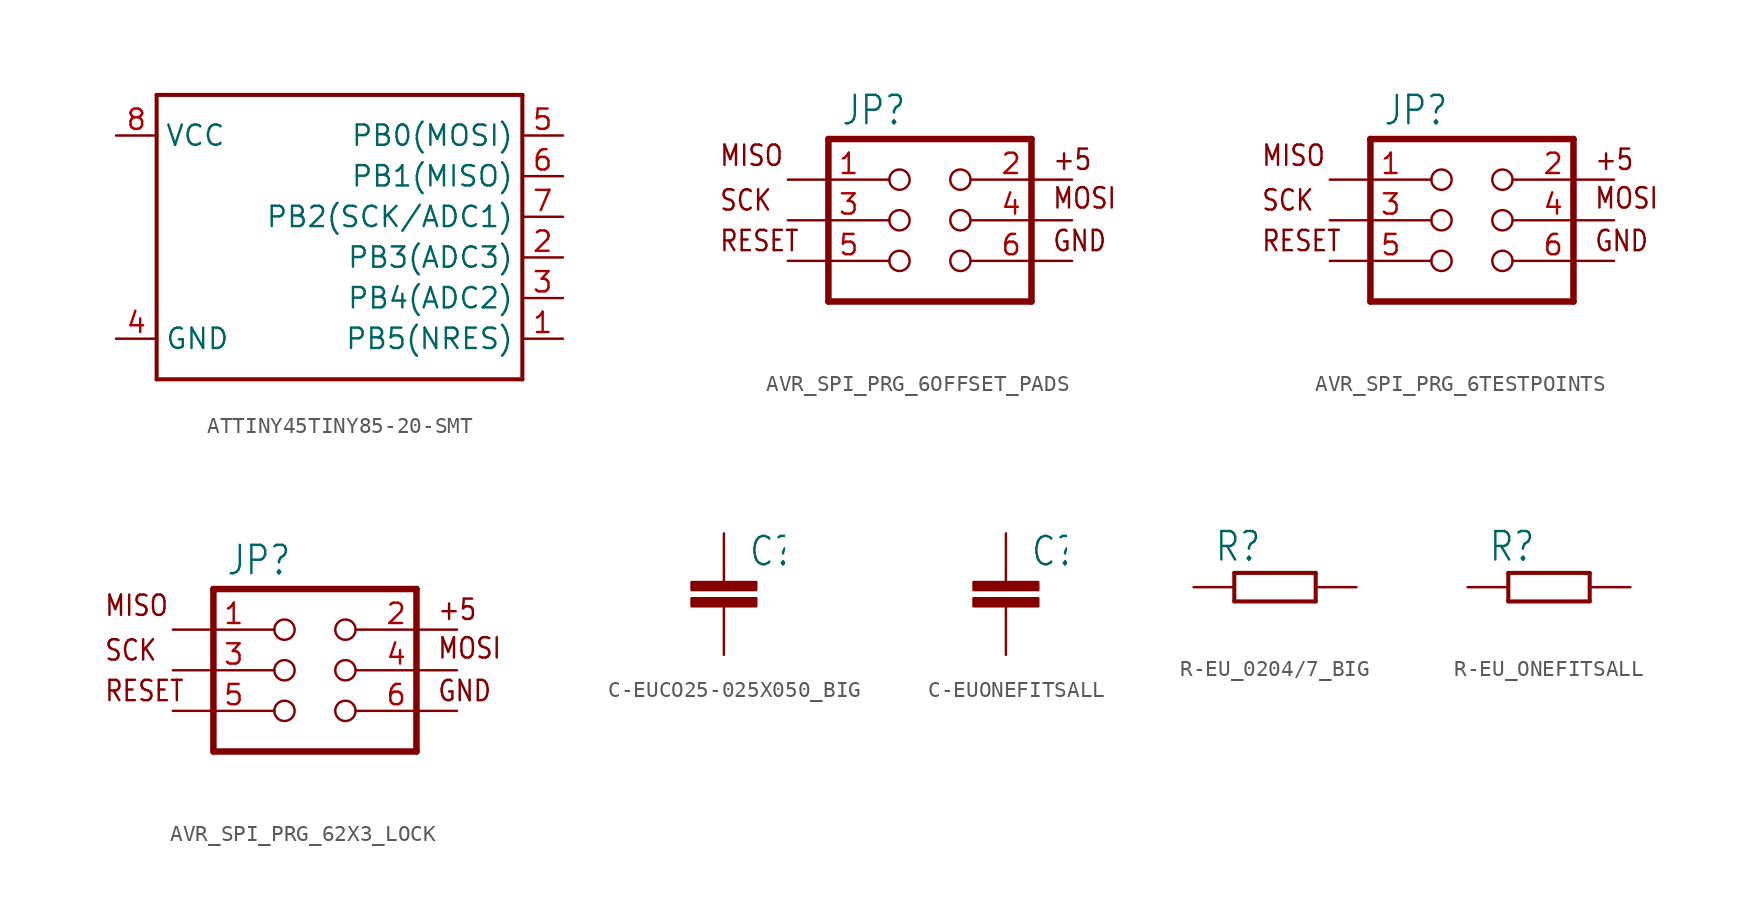
<source format=kicad_sym>
(kicad_symbol_lib
  (version 20231120)
  (generator "kicad_symbol_editor")
  (generator_version "8.0")
  (symbol "ATTINY45TINY85-20-SMT"
    (property "Reference" "U"
      (at -12.7 10.16 0)
      (effects (font (size 1.778 1.511)) (justify left bottom) (hide yes)))
    (property "ki_locked" ""
      (at 0 0 0)
      (effects (font (size 1.27 1.27))))
    (symbol "ATTINY45TINY85-20-SMT_1_0"
      (polyline (pts (xy -12.7 -7.62) (xy -12.7 10.16)) (stroke (width 0.254) (type solid)) (fill (type none)))
      (polyline (pts (xy -12.7 10.16) (xy 10.16 10.16)) (stroke (width 0.254) (type solid)) (fill (type none)))
      (polyline (pts (xy 10.16 -7.62) (xy -12.7 -7.62)) (stroke (width 0.254) (type solid)) (fill (type none)))
      (polyline (pts (xy 10.16 10.16) (xy 10.16 -7.62)) (stroke (width 0.254) (type solid)) (fill (type none)))
      (pin bidirectional line (at 12.7 -5.08 180) (length 2.54) (name "PB5(NRES)" (effects (font (size 1.27 1.27)))) (number "1" (effects (font (size 1.27 1.27)))))
      (pin bidirectional line (at 12.7 0 180) (length 2.54) (name "PB3(ADC3)" (effects (font (size 1.27 1.27)))) (number "2" (effects (font (size 1.27 1.27)))))
      (pin bidirectional line (at 12.7 -2.54 180) (length 2.54) (name "PB4(ADC2)" (effects (font (size 1.27 1.27)))) (number "3" (effects (font (size 1.27 1.27)))))
      (pin bidirectional line (at -15.24 -5.08 0) (length 2.54) (name "GND" (effects (font (size 1.27 1.27)))) (number "4" (effects (font (size 1.27 1.27)))))
      (pin bidirectional line (at 12.7 7.62 180) (length 2.54) (name "PB0(MOSI)" (effects (font (size 1.27 1.27)))) (number "5" (effects (font (size 1.27 1.27)))))
      (pin bidirectional line (at 12.7 5.08 180) (length 2.54) (name "PB1(MISO)" (effects (font (size 1.27 1.27)))) (number "6" (effects (font (size 1.27 1.27)))))
      (pin bidirectional line (at 12.7 2.54 180) (length 2.54) (name "PB2(SCK/ADC1)" (effects (font (size 1.27 1.27)))) (number "7" (effects (font (size 1.27 1.27)))))
      (pin bidirectional line (at -15.24 7.62 0) (length 2.54) (name "VCC" (effects (font (size 1.27 1.27)))) (number "8" (effects (font (size 1.27 1.27)))))))
  (symbol "AVR_SPI_PRG_6OFFSET_PADS"
    (property "Reference" "JP"
      (at -4.318 5.842 0)
      (effects (font (size 1.778 1.511)) (justify left bottom)))
    (property "Value" ""
      (at -4.064 -7.62 0)
      (effects (font (size 1.778 1.511)) (justify left bottom)))
    (property "ki_locked" ""
      (at 0 0 0)
      (effects (font (size 1.27 1.27))))
    (symbol "AVR_SPI_PRG_6OFFSET_PADS_1_0"
      (polyline (pts (xy -5.08 -5.08) (xy 7.62 -5.08)) (stroke (width 0.406) (type solid)) (fill (type none)))
      (polyline (pts (xy -5.08 5.08) (xy -5.08 -5.08)) (stroke (width 0.406) (type solid)) (fill (type none)))
      (polyline (pts (xy 7.62 -5.08) (xy 7.62 5.08)) (stroke (width 0.406) (type solid)) (fill (type none)))
      (polyline (pts (xy 7.62 5.08) (xy -5.08 5.08)) (stroke (width 0.406) (type solid)) (fill (type none)))
      (text "+5" (at 8.89 3.048 0) (effects (font (size 1.27 1.079)) (justify left bottom)))
      (text "GND" (at 8.89 -2.032 0) (effects (font (size 1.27 1.079)) (justify left bottom)))
      (text "MISO" (at -11.938 3.302 0) (effects (font (size 1.27 1.079)) (justify left bottom)))
      (text "MOSI" (at 8.89 0.635 0) (effects (font (size 1.27 1.079)) (justify left bottom)))
      (text "RESET" (at -11.938 -2.032 0) (effects (font (size 1.27 1.079)) (justify left bottom)))
      (text "SCK" (at -11.938 0.508 0) (effects (font (size 1.27 1.079)) (justify left bottom)))
      (pin passive inverted (at -7.62 2.54 0) (length 7.62) (name "1" (effects (font (size 0 0)))) (number "1" (effects (font (size 1.27 1.27)))))
      (pin passive inverted (at 10.16 2.54 180) (length 7.62) (name "2" (effects (font (size 0 0)))) (number "2" (effects (font (size 1.27 1.27)))))
      (pin passive inverted (at -7.62 0 0) (length 7.62) (name "3" (effects (font (size 0 0)))) (number "3" (effects (font (size 1.27 1.27)))))
      (pin passive inverted (at 10.16 0 180) (length 7.62) (name "4" (effects (font (size 0 0)))) (number "4" (effects (font (size 1.27 1.27)))))
      (pin passive inverted (at -7.62 -2.54 0) (length 7.62) (name "5" (effects (font (size 0 0)))) (number "5" (effects (font (size 1.27 1.27)))))
      (pin passive inverted (at 10.16 -2.54 180) (length 7.62) (name "6" (effects (font (size 0 0)))) (number "6" (effects (font (size 1.27 1.27)))))))
  (symbol "AVR_SPI_PRG_6TESTPOINTS"
    (property "Reference" "JP"
      (at -4.318 5.842 0)
      (effects (font (size 1.778 1.511)) (justify left bottom)))
    (property "Value" ""
      (at -4.064 -7.62 0)
      (effects (font (size 1.778 1.511)) (justify left bottom)))
    (property "ki_locked" ""
      (at 0 0 0)
      (effects (font (size 1.27 1.27))))
    (symbol "AVR_SPI_PRG_6TESTPOINTS_1_0"
      (polyline (pts (xy -5.08 -5.08) (xy 7.62 -5.08)) (stroke (width 0.406) (type solid)) (fill (type none)))
      (polyline (pts (xy -5.08 5.08) (xy -5.08 -5.08)) (stroke (width 0.406) (type solid)) (fill (type none)))
      (polyline (pts (xy 7.62 -5.08) (xy 7.62 5.08)) (stroke (width 0.406) (type solid)) (fill (type none)))
      (polyline (pts (xy 7.62 5.08) (xy -5.08 5.08)) (stroke (width 0.406) (type solid)) (fill (type none)))
      (text "+5" (at 8.89 3.048 0) (effects (font (size 1.27 1.079)) (justify left bottom)))
      (text "GND" (at 8.89 -2.032 0) (effects (font (size 1.27 1.079)) (justify left bottom)))
      (text "MISO" (at -11.938 3.302 0) (effects (font (size 1.27 1.079)) (justify left bottom)))
      (text "MOSI" (at 8.89 0.635 0) (effects (font (size 1.27 1.079)) (justify left bottom)))
      (text "RESET" (at -11.938 -2.032 0) (effects (font (size 1.27 1.079)) (justify left bottom)))
      (text "SCK" (at -11.938 0.508 0) (effects (font (size 1.27 1.079)) (justify left bottom)))
      (pin passive inverted (at -7.62 2.54 0) (length 7.62) (name "1" (effects (font (size 0 0)))) (number "1" (effects (font (size 1.27 1.27)))))
      (pin passive inverted (at 10.16 2.54 180) (length 7.62) (name "2" (effects (font (size 0 0)))) (number "2" (effects (font (size 1.27 1.27)))))
      (pin passive inverted (at -7.62 0 0) (length 7.62) (name "3" (effects (font (size 0 0)))) (number "3" (effects (font (size 1.27 1.27)))))
      (pin passive inverted (at 10.16 0 180) (length 7.62) (name "4" (effects (font (size 0 0)))) (number "4" (effects (font (size 1.27 1.27)))))
      (pin passive inverted (at -7.62 -2.54 0) (length 7.62) (name "5" (effects (font (size 0 0)))) (number "5" (effects (font (size 1.27 1.27)))))
      (pin passive inverted (at 10.16 -2.54 180) (length 7.62) (name "6" (effects (font (size 0 0)))) (number "6" (effects (font (size 1.27 1.27)))))))
  (symbol "AVR_SPI_PRG_62X3_LOCK"
    (property "Reference" "JP"
      (at -4.318 5.842 0)
      (effects (font (size 1.778 1.511)) (justify left bottom)))
    (property "Value" ""
      (at -4.064 -7.62 0)
      (effects (font (size 1.778 1.511)) (justify left bottom)))
    (property "ki_locked" ""
      (at 0 0 0)
      (effects (font (size 1.27 1.27))))
    (symbol "AVR_SPI_PRG_62X3_LOCK_1_0"
      (polyline (pts (xy -5.08 -5.08) (xy 7.62 -5.08)) (stroke (width 0.406) (type solid)) (fill (type none)))
      (polyline (pts (xy -5.08 5.08) (xy -5.08 -5.08)) (stroke (width 0.406) (type solid)) (fill (type none)))
      (polyline (pts (xy 7.62 -5.08) (xy 7.62 5.08)) (stroke (width 0.406) (type solid)) (fill (type none)))
      (polyline (pts (xy 7.62 5.08) (xy -5.08 5.08)) (stroke (width 0.406) (type solid)) (fill (type none)))
      (text "+5" (at 8.89 3.048 0) (effects (font (size 1.27 1.079)) (justify left bottom)))
      (text "GND" (at 8.89 -2.032 0) (effects (font (size 1.27 1.079)) (justify left bottom)))
      (text "MISO" (at -11.938 3.302 0) (effects (font (size 1.27 1.079)) (justify left bottom)))
      (text "MOSI" (at 8.89 0.635 0) (effects (font (size 1.27 1.079)) (justify left bottom)))
      (text "RESET" (at -11.938 -2.032 0) (effects (font (size 1.27 1.079)) (justify left bottom)))
      (text "SCK" (at -11.938 0.508 0) (effects (font (size 1.27 1.079)) (justify left bottom)))
      (pin passive inverted (at -7.62 2.54 0) (length 7.62) (name "1" (effects (font (size 0 0)))) (number "1" (effects (font (size 1.27 1.27)))))
      (pin passive inverted (at 10.16 2.54 180) (length 7.62) (name "2" (effects (font (size 0 0)))) (number "2" (effects (font (size 1.27 1.27)))))
      (pin passive inverted (at -7.62 0 0) (length 7.62) (name "3" (effects (font (size 0 0)))) (number "3" (effects (font (size 1.27 1.27)))))
      (pin passive inverted (at 10.16 0 180) (length 7.62) (name "4" (effects (font (size 0 0)))) (number "4" (effects (font (size 1.27 1.27)))))
      (pin passive inverted (at -7.62 -2.54 0) (length 7.62) (name "5" (effects (font (size 0 0)))) (number "5" (effects (font (size 1.27 1.27)))))
      (pin passive inverted (at 10.16 -2.54 180) (length 7.62) (name "6" (effects (font (size 0 0)))) (number "6" (effects (font (size 1.27 1.27)))))))
  (symbol "C-EUCO25-025X050_BIG"
    (property "Reference" "C"
      (at 1.524 0.381 0)
      (effects (font (size 1.778 1.511)) (justify left bottom)))
    (property "Value" ""
      (at 1.524 -4.699 0)
      (effects (font (size 1.778 1.511)) (justify left bottom)))
    (property "ki_locked" ""
      (at 0 0 0)
      (effects (font (size 1.27 1.27))))
    (symbol "C-EUCO25-025X050_BIG_1_0"
      (rectangle (start -2.032 -2.032) (end 2.032 -1.524) (stroke (width 0) (type default)) (fill (type outline)))
      (rectangle (start -2.032 -1.016) (end 2.032 -0.508) (stroke (width 0) (type default)) (fill (type outline)))
      (polyline (pts (xy 0 -2.54) (xy 0 -2.032)) (stroke (width 0.152) (type solid)) (fill (type none)))
      (polyline (pts (xy 0 0) (xy 0 -0.508)) (stroke (width 0.152) (type solid)) (fill (type none)))
      (pin passive line (at 0 2.54 270) (length 2.54) (name "1" (effects (font (size 0 0)))) (number "1" (effects (font (size 0 0)))))
      (pin passive line (at 0 -5.08 90) (length 2.54) (name "2" (effects (font (size 0 0)))) (number "2" (effects (font (size 0 0)))))))
  (symbol "C-EUONEFITSALL"
    (property "Reference" "C"
      (at 1.524 0.381 0)
      (effects (font (size 1.778 1.511)) (justify left bottom)))
    (property "Value" ""
      (at 1.524 -4.699 0)
      (effects (font (size 1.778 1.511)) (justify left bottom)))
    (property "ki_locked" ""
      (at 0 0 0)
      (effects (font (size 1.27 1.27))))
    (symbol "C-EUONEFITSALL_1_0"
      (rectangle (start -2.032 -2.032) (end 2.032 -1.524) (stroke (width 0) (type default)) (fill (type outline)))
      (rectangle (start -2.032 -1.016) (end 2.032 -0.508) (stroke (width 0) (type default)) (fill (type outline)))
      (polyline (pts (xy 0 -2.54) (xy 0 -2.032)) (stroke (width 0.152) (type solid)) (fill (type none)))
      (polyline (pts (xy 0 0) (xy 0 -0.508)) (stroke (width 0.152) (type solid)) (fill (type none)))
      (pin passive line (at 0 2.54 270) (length 2.54) (name "1" (effects (font (size 0 0)))) (number "P$1" (effects (font (size 0 0)))))
      (pin passive line (at 0 -5.08 90) (length 2.54) (name "2" (effects (font (size 0 0)))) (number "P$2" (effects (font (size 0 0)))))))
  (symbol "R-EU_0204/7_BIG"
    (property "Reference" "R"
      (at -3.81 1.499 0)
      (effects (font (size 1.778 1.511)) (justify left bottom)))
    (property "Value" ""
      (at -3.81 -3.302 0)
      (effects (font (size 1.778 1.511)) (justify left bottom)))
    (property "ki_locked" ""
      (at 0 0 0)
      (effects (font (size 1.27 1.27))))
    (symbol "R-EU_0204/7_BIG_1_0"
      (polyline (pts (xy -2.54 -0.889) (xy -2.54 0.889)) (stroke (width 0.254) (type solid)) (fill (type none)))
      (polyline (pts (xy -2.54 -0.889) (xy 2.54 -0.889)) (stroke (width 0.254) (type solid)) (fill (type none)))
      (polyline (pts (xy 2.54 -0.889) (xy 2.54 0.889)) (stroke (width 0.254) (type solid)) (fill (type none)))
      (polyline (pts (xy 2.54 0.889) (xy -2.54 0.889)) (stroke (width 0.254) (type solid)) (fill (type none)))
      (pin passive line (at -5.08 0 0) (length 2.54) (name "1" (effects (font (size 0 0)))) (number "1" (effects (font (size 0 0)))))
      (pin passive line (at 5.08 0 180) (length 2.54) (name "2" (effects (font (size 0 0)))) (number "2" (effects (font (size 0 0)))))))
  (symbol "R-EU_ONEFITSALL"
    (property "Reference" "R"
      (at -3.81 1.499 0)
      (effects (font (size 1.778 1.511)) (justify left bottom)))
    (property "Value" ""
      (at -3.81 -3.302 0)
      (effects (font (size 1.778 1.511)) (justify left bottom)))
    (property "ki_locked" ""
      (at 0 0 0)
      (effects (font (size 1.27 1.27))))
    (symbol "R-EU_ONEFITSALL_1_0"
      (polyline (pts (xy -2.54 -0.889) (xy -2.54 0.889)) (stroke (width 0.254) (type solid)) (fill (type none)))
      (polyline (pts (xy -2.54 -0.889) (xy 2.54 -0.889)) (stroke (width 0.254) (type solid)) (fill (type none)))
      (polyline (pts (xy 2.54 -0.889) (xy 2.54 0.889)) (stroke (width 0.254) (type solid)) (fill (type none)))
      (polyline (pts (xy 2.54 0.889) (xy -2.54 0.889)) (stroke (width 0.254) (type solid)) (fill (type none)))
      (pin passive line (at -5.08 0 0) (length 2.54) (name "1" (effects (font (size 0 0)))) (number "P$1" (effects (font (size 0 0)))))
      (pin passive line (at 5.08 0 180) (length 2.54) (name "2" (effects (font (size 0 0)))) (number "P$2" (effects (font (size 0 0))))))))
</source>
